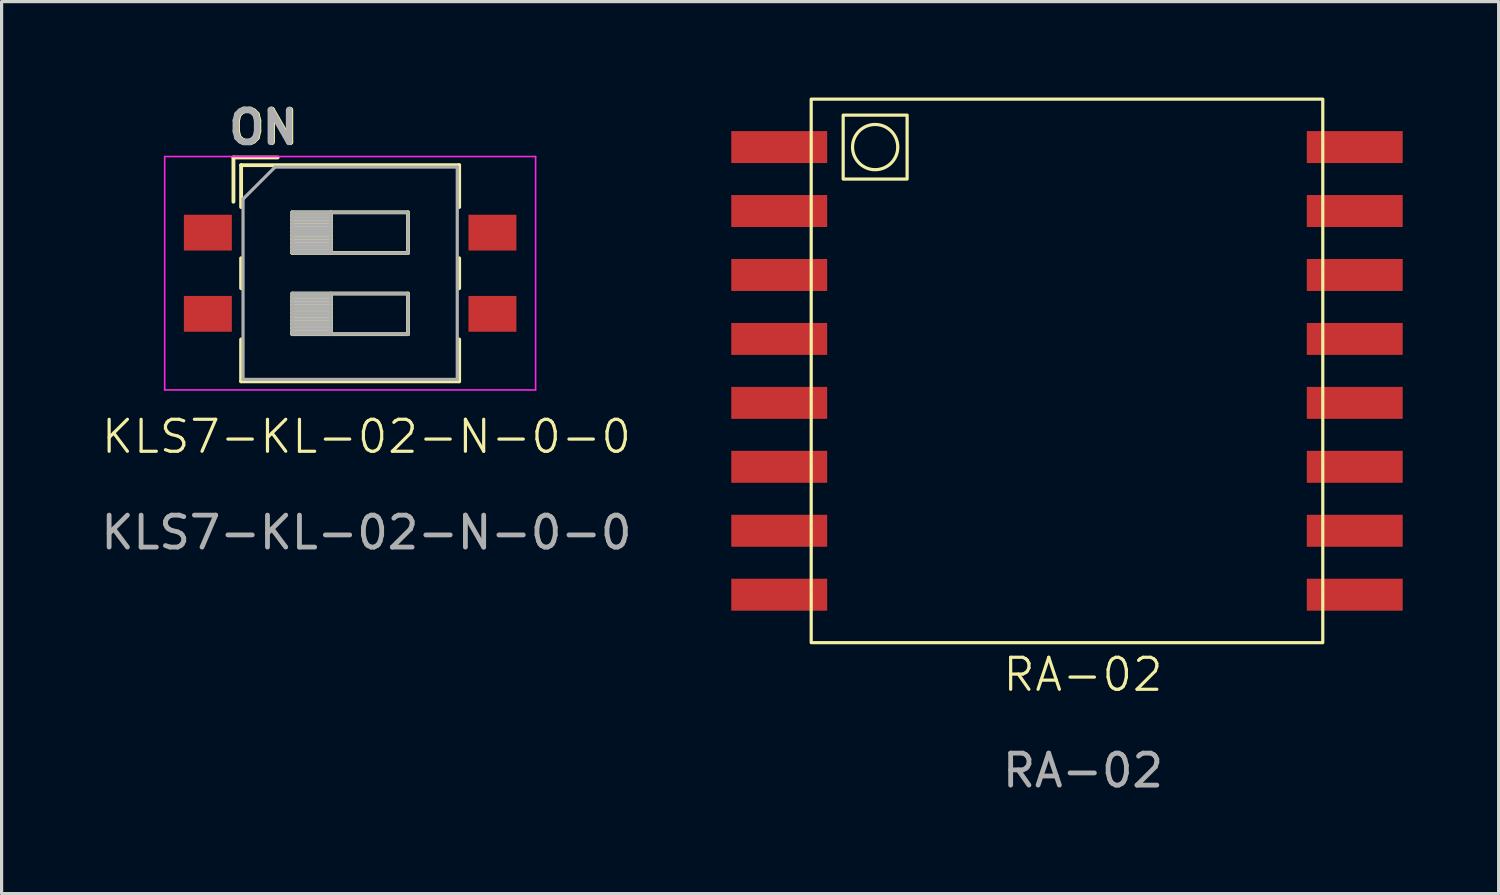
<source format=kicad_pcb>
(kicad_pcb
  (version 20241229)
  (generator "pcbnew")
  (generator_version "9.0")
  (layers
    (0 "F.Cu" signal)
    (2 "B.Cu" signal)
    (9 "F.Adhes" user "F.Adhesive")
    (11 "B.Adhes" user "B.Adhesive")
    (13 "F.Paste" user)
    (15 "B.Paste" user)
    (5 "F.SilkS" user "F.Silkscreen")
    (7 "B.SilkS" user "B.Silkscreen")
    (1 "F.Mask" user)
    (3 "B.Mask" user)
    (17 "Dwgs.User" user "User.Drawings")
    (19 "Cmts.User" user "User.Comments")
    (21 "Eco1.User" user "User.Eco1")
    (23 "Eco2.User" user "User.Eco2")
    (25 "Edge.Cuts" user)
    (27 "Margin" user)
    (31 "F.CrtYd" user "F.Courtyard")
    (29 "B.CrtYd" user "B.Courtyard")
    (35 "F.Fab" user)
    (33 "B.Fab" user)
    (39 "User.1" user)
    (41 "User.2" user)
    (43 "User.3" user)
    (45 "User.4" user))
  (footprint "KLS7-KL-02-N-0-0"
    (layer "F.Cu")
    (at 7.901 5.486)
    (property "Reference" "KLS7-KL-02-N-0-0" (at 0.51 5.12 0) (unlocked yes) (layer "F.SilkS") (effects (font (size 1 1) (thickness 0.1))))
    (attr smd)
    (fp_line (start -3.65 -3.61) (end -3.65 -2.227) (stroke (width 0.12) (type solid)) (layer "F.SilkS"))
    (fp_line (start -3.65 -3.61) (end -2.267 -3.61) (stroke (width 0.12) (type solid)) (layer "F.SilkS"))
    (fp_line (start -3.41 -3.37) (end -3.41 -2.06) (stroke (width 0.12) (type solid)) (layer "F.SilkS"))
    (fp_line (start -3.41 -3.37) (end 3.41 -3.37) (stroke (width 0.12) (type solid)) (layer "F.SilkS"))
    (fp_line (start -3.41 -0.46) (end -3.41 0.48) (stroke (width 0.12) (type solid)) (layer "F.SilkS"))
    (fp_line (start -3.41 2.08) (end -3.41 3.39) (stroke (width 0.12) (type solid)) (layer "F.SilkS"))
    (fp_line (start -3.41 3.39) (end 3.41 3.39) (stroke (width 0.12) (type solid)) (layer "F.SilkS"))
    (fp_line (start -1.81 -1.895) (end -1.81 -0.625) (stroke (width 0.12) (type solid)) (layer "F.SilkS"))
    (fp_line (start -1.81 -1.775) (end -0.603 -1.775) (stroke (width 0.12) (type solid)) (layer "F.SilkS"))
    (fp_line (start -1.81 -1.655) (end -0.603 -1.655) (stroke (width 0.12) (type solid)) (layer "F.SilkS"))
    (fp_line (start -1.81 -1.535) (end -0.603 -1.535) (stroke (width 0.12) (type solid)) (layer "F.SilkS"))
    (fp_line (start -1.81 -1.415) (end -0.603 -1.415) (stroke (width 0.12) (type solid)) (layer "F.SilkS"))
    (fp_line (start -1.81 -1.295) (end -0.603 -1.295) (stroke (width 0.12) (type solid)) (layer "F.SilkS"))
    (fp_line (start -1.81 -1.175) (end -0.603 -1.175) (stroke (width 0.12) (type solid)) (layer "F.SilkS"))
    (fp_line (start -1.81 -1.055) (end -0.603 -1.055) (stroke (width 0.12) (type solid)) (layer "F.SilkS"))
    (fp_line (start -1.81 -0.935) (end -0.603 -0.935) (stroke (width 0.12) (type solid)) (layer "F.SilkS"))
    (fp_line (start -1.81 -0.815) (end -0.603 -0.815) (stroke (width 0.12) (type solid)) (layer "F.SilkS"))
    (fp_line (start -1.81 -0.695) (end -0.603 -0.695) (stroke (width 0.12) (type solid)) (layer "F.SilkS"))
    (fp_line (start -1.81 -0.625) (end 1.81 -0.625) (stroke (width 0.12) (type solid)) (layer "F.SilkS"))
    (fp_line (start -1.81 0.645) (end -1.81 1.915) (stroke (width 0.12) (type solid)) (layer "F.SilkS"))
    (fp_line (start -1.81 0.765) (end -0.603 0.765) (stroke (width 0.12) (type solid)) (layer "F.SilkS"))
    (fp_line (start -1.81 0.885) (end -0.603 0.885) (stroke (width 0.12) (type solid)) (layer "F.SilkS"))
    (fp_line (start -1.81 1.005) (end -0.603 1.005) (stroke (width 0.12) (type solid)) (layer "F.SilkS"))
    (fp_line (start -1.81 1.125) (end -0.603 1.125) (stroke (width 0.12) (type solid)) (layer "F.SilkS"))
    (fp_line (start -1.81 1.245) (end -0.603 1.245) (stroke (width 0.12) (type solid)) (layer "F.SilkS"))
    (fp_line (start -1.81 1.365) (end -0.603 1.365) (stroke (width 0.12) (type solid)) (layer "F.SilkS"))
    (fp_line (start -1.81 1.485) (end -0.603 1.485) (stroke (width 0.12) (type solid)) (layer "F.SilkS"))
    (fp_line (start -1.81 1.605) (end -0.603 1.605) (stroke (width 0.12) (type solid)) (layer "F.SilkS"))
    (fp_line (start -1.81 1.725) (end -0.603 1.725) (stroke (width 0.12) (type solid)) (layer "F.SilkS"))
    (fp_line (start -1.81 1.845) (end -0.603 1.845) (stroke (width 0.12) (type solid)) (layer "F.SilkS"))
    (fp_line (start -1.81 1.915) (end 1.81 1.915) (stroke (width 0.12) (type solid)) (layer "F.SilkS"))
    (fp_line (start -0.603 -1.895) (end -0.603 -0.625) (stroke (width 0.12) (type solid)) (layer "F.SilkS"))
    (fp_line (start -0.603 0.645) (end -0.603 1.915) (stroke (width 0.12) (type solid)) (layer "F.SilkS"))
    (fp_line (start 1.81 -1.895) (end -1.81 -1.895) (stroke (width 0.12) (type solid)) (layer "F.SilkS"))
    (fp_line (start 1.81 -0.625) (end 1.81 -1.895) (stroke (width 0.12) (type solid)) (layer "F.SilkS"))
    (fp_line (start 1.81 0.645) (end -1.81 0.645) (stroke (width 0.12) (type solid)) (layer "F.SilkS"))
    (fp_line (start 1.81 1.915) (end 1.81 0.645) (stroke (width 0.12) (type solid)) (layer "F.SilkS"))
    (fp_line (start 3.41 -3.37) (end 3.41 -2.06) (stroke (width 0.12) (type solid)) (layer "F.SilkS"))
    (fp_line (start 3.41 -0.46) (end 3.41 0.48) (stroke (width 0.12) (type solid)) (layer "F.SilkS"))
    (fp_line (start 3.41 2.08) (end 3.41 3.39) (stroke (width 0.12) (type solid)) (layer "F.SilkS"))
    (fp_line (start -5.8 -3.64) (end -5.8 3.66) (stroke (width 0.05) (type solid)) (layer "F.CrtYd"))
    (fp_line (start -5.8 3.66) (end 5.8 3.66) (stroke (width 0.05) (type solid)) (layer "F.CrtYd"))
    (fp_line (start 5.8 -3.64) (end -5.8 -3.64) (stroke (width 0.05) (type solid)) (layer "F.CrtYd"))
    (fp_line (start 5.8 3.66) (end 5.8 -3.64) (stroke (width 0.05) (type solid)) (layer "F.CrtYd"))
    (fp_line (start -3.35 -2.31) (end -2.35 -3.31) (stroke (width 0.1) (type solid)) (layer "F.Fab"))
    (fp_line (start -3.35 3.33) (end -3.35 -2.31) (stroke (width 0.1) (type solid)) (layer "F.Fab"))
    (fp_line (start -2.35 -3.31) (end 3.35 -3.31) (stroke (width 0.1) (type solid)) (layer "F.Fab"))
    (fp_line (start -1.81 -1.895) (end -1.81 -0.625) (stroke (width 0.1) (type solid)) (layer "F.Fab"))
    (fp_line (start -1.81 -1.795) (end -0.603 -1.795) (stroke (width 0.1) (type solid)) (layer "F.Fab"))
    (fp_line (start -1.81 -1.695) (end -0.603 -1.695) (stroke (width 0.1) (type solid)) (layer "F.Fab"))
    (fp_line (start -1.81 -1.595) (end -0.603 -1.595) (stroke (width 0.1) (type solid)) (layer "F.Fab"))
    (fp_line (start -1.81 -1.495) (end -0.603 -1.495) (stroke (width 0.1) (type solid)) (layer "F.Fab"))
    (fp_line (start -1.81 -1.395) (end -0.603 -1.395) (stroke (width 0.1) (type solid)) (layer "F.Fab"))
    (fp_line (start -1.81 -1.295) (end -0.603 -1.295) (stroke (width 0.1) (type solid)) (layer "F.Fab"))
    (fp_line (start -1.81 -1.195) (end -0.603 -1.195) (stroke (width 0.1) (type solid)) (layer "F.Fab"))
    (fp_line (start -1.81 -1.095) (end -0.603 -1.095) (stroke (width 0.1) (type solid)) (layer "F.Fab"))
    (fp_line (start -1.81 -0.995) (end -0.603 -0.995) (stroke (width 0.1) (type solid)) (layer "F.Fab"))
    (fp_line (start -1.81 -0.895) (end -0.603 -0.895) (stroke (width 0.1) (type solid)) (layer "F.Fab"))
    (fp_line (start -1.81 -0.795) (end -0.603 -0.795) (stroke (width 0.1) (type solid)) (layer "F.Fab"))
    (fp_line (start -1.81 -0.695) (end -0.603 -0.695) (stroke (width 0.1) (type solid)) (layer "F.Fab"))
    (fp_line (start -1.81 -0.625) (end 1.81 -0.625) (stroke (width 0.1) (type solid)) (layer "F.Fab"))
    (fp_line (start -1.81 0.645) (end -1.81 1.915) (stroke (width 0.1) (type solid)) (layer "F.Fab"))
    (fp_line (start -1.81 0.745) (end -0.603 0.745) (stroke (width 0.1) (type solid)) (layer "F.Fab"))
    (fp_line (start -1.81 0.845) (end -0.603 0.845) (stroke (width 0.1) (type solid)) (layer "F.Fab"))
    (fp_line (start -1.81 0.945) (end -0.603 0.945) (stroke (width 0.1) (type solid)) (layer "F.Fab"))
    (fp_line (start -1.81 1.045) (end -0.603 1.045) (stroke (width 0.1) (type solid)) (layer "F.Fab"))
    (fp_line (start -1.81 1.145) (end -0.603 1.145) (stroke (width 0.1) (type solid)) (layer "F.Fab"))
    (fp_line (start -1.81 1.245) (end -0.603 1.245) (stroke (width 0.1) (type solid)) (layer "F.Fab"))
    (fp_line (start -1.81 1.345) (end -0.603 1.345) (stroke (width 0.1) (type solid)) (layer "F.Fab"))
    (fp_line (start -1.81 1.445) (end -0.603 1.445) (stroke (width 0.1) (type solid)) (layer "F.Fab"))
    (fp_line (start -1.81 1.545) (end -0.603 1.545) (stroke (width 0.1) (type solid)) (layer "F.Fab"))
    (fp_line (start -1.81 1.645) (end -0.603 1.645) (stroke (width 0.1) (type solid)) (layer "F.Fab"))
    (fp_line (start -1.81 1.745) (end -0.603 1.745) (stroke (width 0.1) (type solid)) (layer "F.Fab"))
    (fp_line (start -1.81 1.845) (end -0.603 1.845) (stroke (width 0.1) (type solid)) (layer "F.Fab"))
    (fp_line (start -1.81 1.915) (end 1.81 1.915) (stroke (width 0.1) (type solid)) (layer "F.Fab"))
    (fp_line (start -0.603 -1.895) (end -0.603 -0.625) (stroke (width 0.1) (type solid)) (layer "F.Fab"))
    (fp_line (start -0.603 0.645) (end -0.603 1.915) (stroke (width 0.1) (type solid)) (layer "F.Fab"))
    (fp_line (start 1.81 -1.895) (end -1.81 -1.895) (stroke (width 0.1) (type solid)) (layer "F.Fab"))
    (fp_line (start 1.81 -0.625) (end 1.81 -1.895) (stroke (width 0.1) (type solid)) (layer "F.Fab"))
    (fp_line (start 1.81 0.645) (end -1.81 0.645) (stroke (width 0.1) (type solid)) (layer "F.Fab"))
    (fp_line (start 1.81 1.915) (end 1.81 0.645) (stroke (width 0.1) (type solid)) (layer "F.Fab"))
    (fp_line (start 3.35 -3.31) (end 3.35 3.33) (stroke (width 0.1) (type solid)) (layer "F.Fab"))
    (fp_line (start 3.35 3.33) (end -3.35 3.33) (stroke (width 0.1) (type solid)) (layer "F.Fab"))
    (fp_text user "ON" (at -2.69 -4.55 0) (layer "F.SilkS") (effects (font (size 1 1) (thickness 0.2) (bold yes))))
    (fp_text user "ON" (at -2.72 -4.55 0) (layer "F.Fab") (effects (font (size 1 1) (thickness 0.2) (bold yes))))
    (fp_text user "${REFERENCE}" (at 0.51 8.12 0) (unlocked yes) (layer "F.Fab") (effects (font (size 1 1) (thickness 0.15))))
    (pad "1" smd rect (at -4.45 -1.26) (size 1.5 1.12) (layers "F.Cu" "F.Mask" "F.Paste"))
    (pad "2" smd rect (at -4.45 1.28) (size 1.5 1.12) (layers "F.Cu" "F.Mask" "F.Paste"))
    (pad "3" smd rect (at 4.45 1.28) (size 1.5 1.12) (layers "F.Cu" "F.Mask" "F.Paste"))
    (pad "4" smd rect (at 4.45 -1.26) (size 1.5 1.12) (layers "F.Cu" "F.Mask" "F.Paste")))
  (footprint "RA-02"
    (layer "F.Cu")
    (at 21.821 1.55)
    (property "Reference" "RA-02" (at 9 16.5 0) (unlocked yes) (layer "F.SilkS") (effects (font (size 1 1) (thickness 0.1))))
    (attr smd)
    (fp_rect (start 0.5 -1.5) (end 16.5 15.5) (stroke (width 0.1) (type default)) (fill no) (layer "F.SilkS"))
    (fp_rect (start 1.5 -1) (end 3.5 1) (stroke (width 0.1) (type default)) (fill no) (layer "F.SilkS"))
    (fp_circle (center 2.5 0) (end 3 0.5) (stroke (width 0.1) (type default)) (fill no) (layer "F.SilkS"))
    (fp_text user "${REFERENCE}" (at 9 19.5 0) (unlocked yes) (layer "F.Fab") (effects (font (size 1 1) (thickness 0.15))))
    (pad "1" smd rect (at -0.5 0) (size 3 1) (layers "F.Cu" "F.Mask" "F.Paste"))
    (pad "2" smd rect (at -0.5 2) (size 3 1) (layers "F.Cu" "F.Mask" "F.Paste"))
    (pad "3" smd rect (at -0.5 4) (size 3 1) (layers "F.Cu" "F.Mask" "F.Paste"))
    (pad "4" smd rect (at -0.5 6) (size 3 1) (layers "F.Cu" "F.Mask" "F.Paste"))
    (pad "5" smd rect (at -0.5 8) (size 3 1) (layers "F.Cu" "F.Mask" "F.Paste"))
    (pad "6" smd rect (at -0.5 10) (size 3 1) (layers "F.Cu" "F.Mask" "F.Paste"))
    (pad "7" smd rect (at -0.5 12) (size 3 1) (layers "F.Cu" "F.Mask" "F.Paste"))
    (pad "8" smd rect (at -0.5 14) (size 3 1) (layers "F.Cu" "F.Mask" "F.Paste"))
    (pad "9" smd rect (at 17.5 0) (size 3 1) (layers "F.Cu" "F.Mask" "F.Paste"))
    (pad "10" smd rect (at 17.5 2) (size 3 1) (layers "F.Cu" "F.Mask" "F.Paste"))
    (pad "11" smd rect (at 17.5 4) (size 3 1) (layers "F.Cu" "F.Mask" "F.Paste"))
    (pad "12" smd rect (at 17.5 6) (size 3 1) (layers "F.Cu" "F.Mask" "F.Paste"))
    (pad "13" smd rect (at 17.5 8) (size 3 1) (layers "F.Cu" "F.Mask" "F.Paste"))
    (pad "14" smd rect (at 17.5 10) (size 3 1) (layers "F.Cu" "F.Mask" "F.Paste"))
    (pad "15" smd rect (at 17.5 12) (size 3 1) (layers "F.Cu" "F.Mask" "F.Paste"))
    (pad "16" smd rect (at 17.5 14) (size 3 1) (layers "F.Cu" "F.Mask" "F.Paste")))
  (gr_rect
    (start -3 -3)
    (end 43.821 24.898)
    (stroke (width 0.1) (type default))
    (fill no)
    (layer "Edge.Cuts")))
</source>
